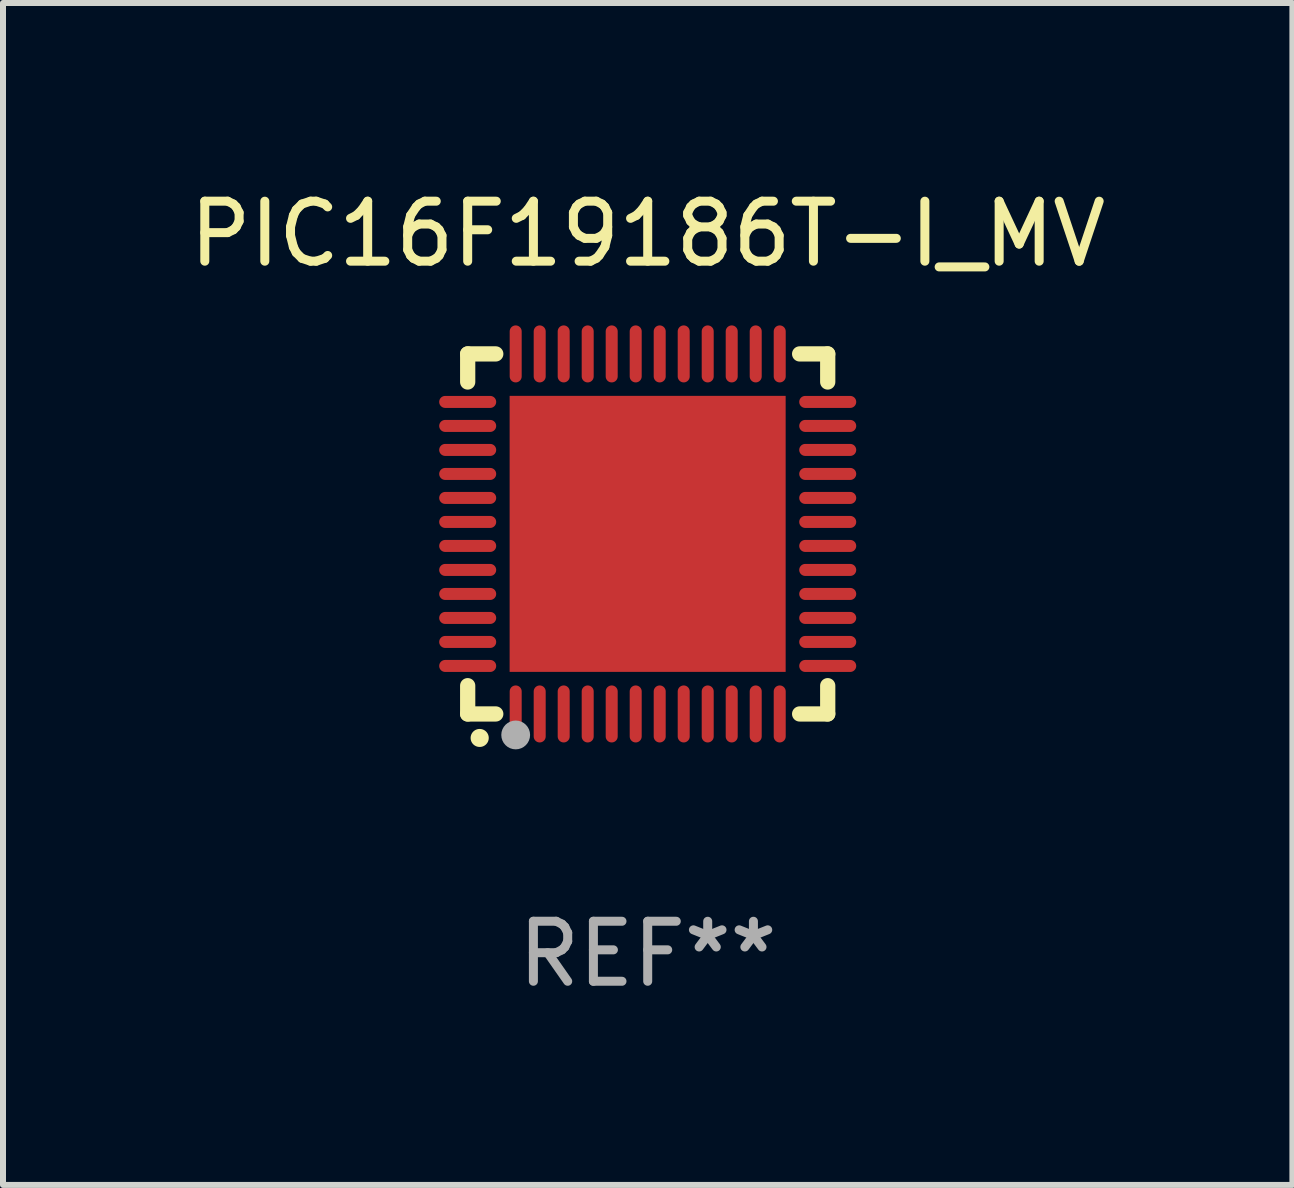
<source format=kicad_pcb>
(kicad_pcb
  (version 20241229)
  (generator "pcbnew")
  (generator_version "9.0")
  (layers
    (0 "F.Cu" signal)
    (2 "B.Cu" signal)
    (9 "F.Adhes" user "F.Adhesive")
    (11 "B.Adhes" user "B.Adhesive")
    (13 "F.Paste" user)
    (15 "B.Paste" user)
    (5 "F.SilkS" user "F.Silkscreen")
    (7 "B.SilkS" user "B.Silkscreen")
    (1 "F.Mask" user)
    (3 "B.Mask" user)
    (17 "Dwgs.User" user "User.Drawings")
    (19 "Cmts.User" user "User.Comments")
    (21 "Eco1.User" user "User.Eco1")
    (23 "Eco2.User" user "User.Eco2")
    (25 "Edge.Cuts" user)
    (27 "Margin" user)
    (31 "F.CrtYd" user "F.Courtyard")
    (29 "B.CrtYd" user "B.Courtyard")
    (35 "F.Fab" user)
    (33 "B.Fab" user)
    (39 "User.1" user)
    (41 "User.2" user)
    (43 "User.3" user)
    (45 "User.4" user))
  (footprint "PIC16F19186T-I_MV"
    (layer "F.Cu")
    (at 7.744 5.848)
    (property "Reference" "PIC16F19186T-I_MV" (at 0 -5 0) (layer "F.SilkS") (effects (font (size 1 1) (thickness 0.15))))
    (attr through_hole)
    (fp_line (start -3 -3) (end -2.532 -3) (stroke (width 0.254) (type solid)) (layer "F.SilkS"))
    (fp_line (start -3 -2.532) (end -3 -3) (stroke (width 0.254) (type solid)) (layer "F.SilkS"))
    (fp_line (start -3 3) (end -3 2.529) (stroke (width 0.254) (type solid)) (layer "F.SilkS"))
    (fp_line (start -2.532 3) (end -3 3) (stroke (width 0.254) (type solid)) (layer "F.SilkS"))
    (fp_line (start 2.532 -3) (end 3 -3) (stroke (width 0.254) (type solid)) (layer "F.SilkS"))
    (fp_line (start 3 -3) (end 3 -2.532) (stroke (width 0.254) (type solid)) (layer "F.SilkS"))
    (fp_line (start 3 2.529) (end 3 3) (stroke (width 0.254) (type solid)) (layer "F.SilkS"))
    (fp_line (start 3 3) (end 2.532 3) (stroke (width 0.254) (type solid)) (layer "F.SilkS"))
    (fp_arc (start -2.801295 3.400025) (mid -2.800025 3.40002) (end -2.798755 3.400025) (stroke (width 0.3) (type solid)) (layer "F.SilkS"))
    (fp_circle (center -3 3) (end -2.97 3) (stroke (width 0.06) (type solid)) (fill no) (layer "F.SilkS"))
    (fp_circle (center -2.2 3.35) (end -2.08 3.35) (stroke (width 0.24) (type solid)) (fill no) (layer "F.Fab"))
    (fp_text user "REF**" (at 0 7 0) (layer "F.Fab") (effects (font (size 1 1) (thickness 0.15))))
    (pad "1" smd oval (at -2.2 3) (size 0.2 0.95) (layers "F.Cu" "F.Mask" "F.Paste"))
    (pad "2" smd oval (at -1.8 3) (size 0.2 0.95) (layers "F.Cu" "F.Mask" "F.Paste"))
    (pad "3" smd oval (at -1.4 3) (size 0.2 0.95) (layers "F.Cu" "F.Mask" "F.Paste"))
    (pad "4" smd oval (at -1 3) (size 0.2 0.95) (layers "F.Cu" "F.Mask" "F.Paste"))
    (pad "5" smd oval (at -0.6 3) (size 0.2 0.95) (layers "F.Cu" "F.Mask" "F.Paste"))
    (pad "6" smd oval (at -0.2 3) (size 0.2 0.95) (layers "F.Cu" "F.Mask" "F.Paste"))
    (pad "7" smd oval (at 0.2 3) (size 0.2 0.95) (layers "F.Cu" "F.Mask" "F.Paste"))
    (pad "8" smd oval (at 0.6 3) (size 0.2 0.95) (layers "F.Cu" "F.Mask" "F.Paste"))
    (pad "9" smd oval (at 1 3) (size 0.2 0.95) (layers "F.Cu" "F.Mask" "F.Paste"))
    (pad "10" smd oval (at 1.4 3) (size 0.2 0.95) (layers "F.Cu" "F.Mask" "F.Paste"))
    (pad "11" smd oval (at 1.8 3) (size 0.2 0.95) (layers "F.Cu" "F.Mask" "F.Paste"))
    (pad "12" smd oval (at 2.2 3) (size 0.2 0.95) (layers "F.Cu" "F.Mask" "F.Paste"))
    (pad "13" smd oval (at 3 2.2 90) (size 0.2 0.95) (layers "F.Cu" "F.Mask" "F.Paste"))
    (pad "14" smd oval (at 3 1.8 90) (size 0.2 0.95) (layers "F.Cu" "F.Mask" "F.Paste"))
    (pad "15" smd oval (at 3 1.4 90) (size 0.2 0.95) (layers "F.Cu" "F.Mask" "F.Paste"))
    (pad "16" smd oval (at 3 1 90) (size 0.2 0.95) (layers "F.Cu" "F.Mask" "F.Paste"))
    (pad "17" smd oval (at 3 0.6 90) (size 0.2 0.95) (layers "F.Cu" "F.Mask" "F.Paste"))
    (pad "18" smd oval (at 3 0.2 90) (size 0.2 0.95) (layers "F.Cu" "F.Mask" "F.Paste"))
    (pad "19" smd oval (at 3 -0.2 90) (size 0.2 0.95) (layers "F.Cu" "F.Mask" "F.Paste"))
    (pad "20" smd oval (at 3 -0.6 90) (size 0.2 0.95) (layers "F.Cu" "F.Mask" "F.Paste"))
    (pad "21" smd oval (at 3 -1 90) (size 0.2 0.95) (layers "F.Cu" "F.Mask" "F.Paste"))
    (pad "22" smd oval (at 3 -1.4 90) (size 0.2 0.95) (layers "F.Cu" "F.Mask" "F.Paste"))
    (pad "23" smd oval (at 3 -1.8 90) (size 0.2 0.95) (layers "F.Cu" "F.Mask" "F.Paste"))
    (pad "24" smd oval (at 3 -2.2 90) (size 0.2 0.95) (layers "F.Cu" "F.Mask" "F.Paste"))
    (pad "25" smd oval (at 2.2 -3 180) (size 0.2 0.95) (layers "F.Cu" "F.Mask" "F.Paste"))
    (pad "26" smd oval (at 1.8 -3 180) (size 0.2 0.95) (layers "F.Cu" "F.Mask" "F.Paste"))
    (pad "27" smd oval (at 1.4 -3 180) (size 0.2 0.95) (layers "F.Cu" "F.Mask" "F.Paste"))
    (pad "28" smd oval (at 1 -3 180) (size 0.2 0.95) (layers "F.Cu" "F.Mask" "F.Paste"))
    (pad "29" smd oval (at 0.6 -3 180) (size 0.2 0.95) (layers "F.Cu" "F.Mask" "F.Paste"))
    (pad "30" smd oval (at 0.2 -3 180) (size 0.2 0.95) (layers "F.Cu" "F.Mask" "F.Paste"))
    (pad "31" smd oval (at -0.2 -3 180) (size 0.2 0.95) (layers "F.Cu" "F.Mask" "F.Paste"))
    (pad "32" smd oval (at -0.6 -3 180) (size 0.2 0.95) (layers "F.Cu" "F.Mask" "F.Paste"))
    (pad "33" smd oval (at -1 -3 180) (size 0.2 0.95) (layers "F.Cu" "F.Mask" "F.Paste"))
    (pad "34" smd oval (at -1.4 -3 180) (size 0.2 0.95) (layers "F.Cu" "F.Mask" "F.Paste"))
    (pad "35" smd oval (at -1.8 -3 180) (size 0.2 0.95) (layers "F.Cu" "F.Mask" "F.Paste"))
    (pad "36" smd oval (at -2.2 -3 180) (size 0.2 0.95) (layers "F.Cu" "F.Mask" "F.Paste"))
    (pad "37" smd oval (at -3 -2.2 270) (size 0.2 0.95) (layers "F.Cu" "F.Mask" "F.Paste"))
    (pad "38" smd oval (at -3 -1.8 270) (size 0.2 0.95) (layers "F.Cu" "F.Mask" "F.Paste"))
    (pad "39" smd oval (at -3 -1.4 270) (size 0.2 0.95) (layers "F.Cu" "F.Mask" "F.Paste"))
    (pad "40" smd oval (at -3 -1 270) (size 0.2 0.95) (layers "F.Cu" "F.Mask" "F.Paste"))
    (pad "41" smd oval (at -3 -0.6 270) (size 0.2 0.95) (layers "F.Cu" "F.Mask" "F.Paste"))
    (pad "42" smd oval (at -3 -0.2 270) (size 0.2 0.95) (layers "F.Cu" "F.Mask" "F.Paste"))
    (pad "43" smd oval (at -3 0.2 270) (size 0.2 0.95) (layers "F.Cu" "F.Mask" "F.Paste"))
    (pad "44" smd oval (at -3 0.6 270) (size 0.2 0.95) (layers "F.Cu" "F.Mask" "F.Paste"))
    (pad "45" smd oval (at -3 1 270) (size 0.2 0.95) (layers "F.Cu" "F.Mask" "F.Paste"))
    (pad "46" smd oval (at -3 1.4 270) (size 0.2 0.95) (layers "F.Cu" "F.Mask" "F.Paste"))
    (pad "47" smd oval (at -3 1.8 270) (size 0.2 0.95) (layers "F.Cu" "F.Mask" "F.Paste"))
    (pad "48" smd oval (at -3 2.2 270) (size 0.2 0.95) (layers "F.Cu" "F.Mask" "F.Paste"))
    (pad "49" smd rect (at -0.001 -0.001 180) (size 4.6 4.6) (layers "F.Cu" "F.Mask" "F.Paste")))
  (gr_rect
    (start -3 -3)
    (end 18.488 16.697)
    (stroke (width 0.1) (type default))
    (fill no)
    (layer "Edge.Cuts")))
</source>
